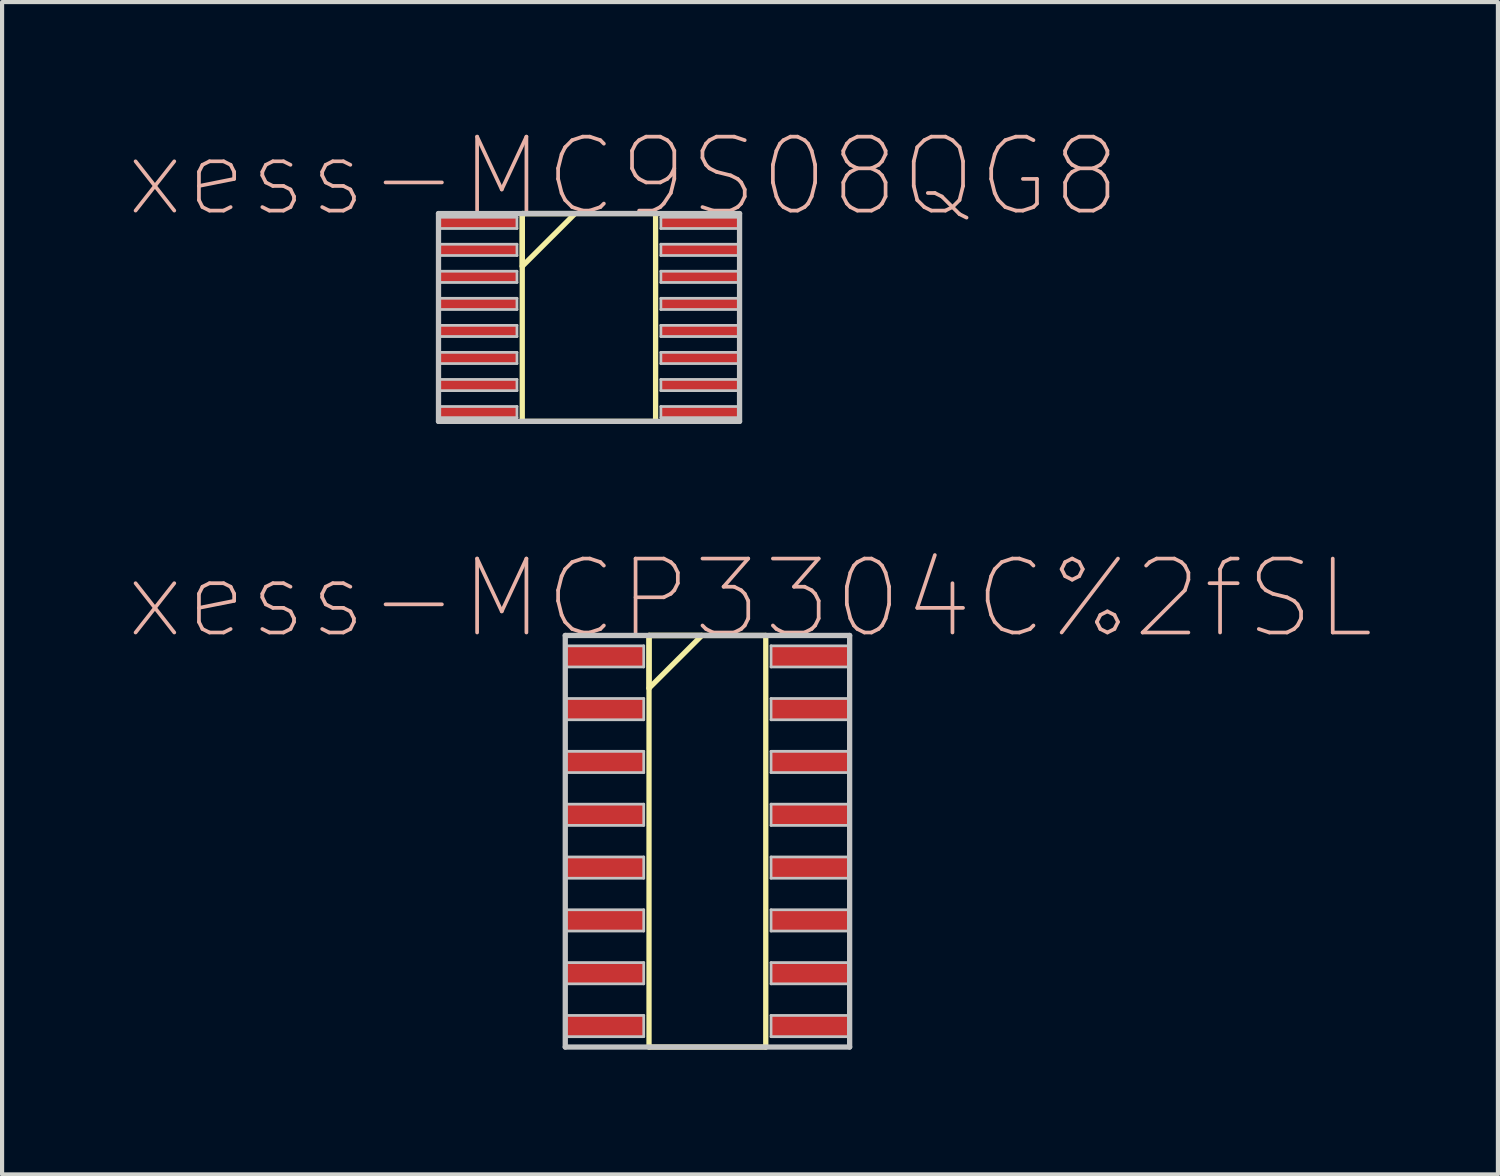
<source format=kicad_pcb>
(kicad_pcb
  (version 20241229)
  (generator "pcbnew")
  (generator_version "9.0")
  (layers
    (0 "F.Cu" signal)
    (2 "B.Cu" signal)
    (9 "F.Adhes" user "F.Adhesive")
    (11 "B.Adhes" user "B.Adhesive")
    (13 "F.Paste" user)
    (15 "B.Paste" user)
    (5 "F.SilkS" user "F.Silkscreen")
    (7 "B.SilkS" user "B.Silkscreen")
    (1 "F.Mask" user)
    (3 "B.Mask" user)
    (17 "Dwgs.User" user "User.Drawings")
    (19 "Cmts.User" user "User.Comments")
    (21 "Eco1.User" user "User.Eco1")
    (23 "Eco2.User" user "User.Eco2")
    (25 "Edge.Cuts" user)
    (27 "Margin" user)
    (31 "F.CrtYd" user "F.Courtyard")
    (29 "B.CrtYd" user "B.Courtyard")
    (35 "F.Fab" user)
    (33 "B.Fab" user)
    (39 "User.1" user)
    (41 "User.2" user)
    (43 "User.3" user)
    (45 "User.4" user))
  (footprint "xess-MCP3304C%2fSL"
    (layer "F.Cu")
    (at 11.596 12.733)
    (property "Reference" "xess-MCP3304C%2fSL" (at 3.388 -1.392 0) (layer "B.SilkS") (effects (font (size 1.778 1.778) (thickness 0.089))))
    (attr smd)
    (fp_line (start 0.96 -0.503) (end 0.96 0.765) (stroke (width 0.127) (type solid)) (layer "F.SilkS"))
    (fp_line (start 0.96 -0.503) (end 0.96 9.393) (stroke (width 0.127) (type solid)) (layer "F.SilkS"))
    (fp_line (start 0.96 0.765) (end 2.23 -0.503) (stroke (width 0.127) (type solid)) (layer "F.SilkS"))
    (fp_line (start 0.96 9.393) (end 3.767 9.393) (stroke (width 0.127) (type solid)) (layer "F.SilkS"))
    (fp_line (start 2.23 -0.503) (end 0.96 -0.503) (stroke (width 0.127) (type solid)) (layer "F.SilkS"))
    (fp_line (start 3.767 -0.503) (end 0.96 -0.503) (stroke (width 0.127) (type solid)) (layer "F.SilkS"))
    (fp_line (start 3.767 9.393) (end 3.767 -0.503) (stroke (width 0.127) (type solid)) (layer "F.SilkS"))
    (fp_line (start -1.054 -0.503) (end -1.054 9.393) (stroke (width 0.127) (type solid)) (layer "Dwgs.User"))
    (fp_line (start -1.054 -0.254) (end 0.833 -0.254) (stroke (width 0.066) (type solid)) (layer "Dwgs.User"))
    (fp_line (start -1.054 0.254) (end -1.054 -0.254) (stroke (width 0.066) (type solid)) (layer "Dwgs.User"))
    (fp_line (start -1.054 0.254) (end 0.833 0.254) (stroke (width 0.066) (type solid)) (layer "Dwgs.User"))
    (fp_line (start -1.054 1.013) (end 0.833 1.013) (stroke (width 0.066) (type solid)) (layer "Dwgs.User"))
    (fp_line (start -1.054 1.524) (end -1.054 1.013) (stroke (width 0.066) (type solid)) (layer "Dwgs.User"))
    (fp_line (start -1.054 1.524) (end 0.833 1.524) (stroke (width 0.066) (type solid)) (layer "Dwgs.User"))
    (fp_line (start -1.054 2.283) (end 0.833 2.283) (stroke (width 0.066) (type solid)) (layer "Dwgs.User"))
    (fp_line (start -1.054 2.794) (end -1.054 2.283) (stroke (width 0.066) (type solid)) (layer "Dwgs.User"))
    (fp_line (start -1.054 2.794) (end 0.833 2.794) (stroke (width 0.066) (type solid)) (layer "Dwgs.User"))
    (fp_line (start -1.054 3.553) (end 0.833 3.553) (stroke (width 0.066) (type solid)) (layer "Dwgs.User"))
    (fp_line (start -1.054 4.064) (end -1.054 3.553) (stroke (width 0.066) (type solid)) (layer "Dwgs.User"))
    (fp_line (start -1.054 4.064) (end 0.833 4.064) (stroke (width 0.066) (type solid)) (layer "Dwgs.User"))
    (fp_line (start -1.054 4.823) (end 0.833 4.823) (stroke (width 0.066) (type solid)) (layer "Dwgs.User"))
    (fp_line (start -1.054 5.334) (end -1.054 4.823) (stroke (width 0.066) (type solid)) (layer "Dwgs.User"))
    (fp_line (start -1.054 5.334) (end 0.833 5.334) (stroke (width 0.066) (type solid)) (layer "Dwgs.User"))
    (fp_line (start -1.054 6.093) (end 0.833 6.093) (stroke (width 0.066) (type solid)) (layer "Dwgs.User"))
    (fp_line (start -1.054 6.604) (end -1.054 6.093) (stroke (width 0.066) (type solid)) (layer "Dwgs.User"))
    (fp_line (start -1.054 6.604) (end 0.833 6.604) (stroke (width 0.066) (type solid)) (layer "Dwgs.User"))
    (fp_line (start -1.054 7.363) (end 0.833 7.363) (stroke (width 0.066) (type solid)) (layer "Dwgs.User"))
    (fp_line (start -1.054 7.874) (end -1.054 7.363) (stroke (width 0.066) (type solid)) (layer "Dwgs.User"))
    (fp_line (start -1.054 7.874) (end 0.833 7.874) (stroke (width 0.066) (type solid)) (layer "Dwgs.User"))
    (fp_line (start -1.054 8.633) (end 0.833 8.633) (stroke (width 0.066) (type solid)) (layer "Dwgs.User"))
    (fp_line (start -1.054 9.144) (end -1.054 8.633) (stroke (width 0.066) (type solid)) (layer "Dwgs.User"))
    (fp_line (start -1.054 9.144) (end 0.833 9.144) (stroke (width 0.066) (type solid)) (layer "Dwgs.User"))
    (fp_line (start -1.054 9.393) (end 5.784 9.393) (stroke (width 0.127) (type solid)) (layer "Dwgs.User"))
    (fp_line (start 0.833 0.254) (end 0.833 -0.254) (stroke (width 0.066) (type solid)) (layer "Dwgs.User"))
    (fp_line (start 0.833 1.524) (end 0.833 1.013) (stroke (width 0.066) (type solid)) (layer "Dwgs.User"))
    (fp_line (start 0.833 2.794) (end 0.833 2.283) (stroke (width 0.066) (type solid)) (layer "Dwgs.User"))
    (fp_line (start 0.833 4.064) (end 0.833 3.553) (stroke (width 0.066) (type solid)) (layer "Dwgs.User"))
    (fp_line (start 0.833 5.334) (end 0.833 4.823) (stroke (width 0.066) (type solid)) (layer "Dwgs.User"))
    (fp_line (start 0.833 6.604) (end 0.833 6.093) (stroke (width 0.066) (type solid)) (layer "Dwgs.User"))
    (fp_line (start 0.833 7.874) (end 0.833 7.363) (stroke (width 0.066) (type solid)) (layer "Dwgs.User"))
    (fp_line (start 0.833 9.144) (end 0.833 8.633) (stroke (width 0.066) (type solid)) (layer "Dwgs.User"))
    (fp_line (start 3.894 -0.254) (end 5.784 -0.254) (stroke (width 0.066) (type solid)) (layer "Dwgs.User"))
    (fp_line (start 3.894 0.254) (end 3.894 -0.254) (stroke (width 0.066) (type solid)) (layer "Dwgs.User"))
    (fp_line (start 3.894 0.254) (end 5.784 0.254) (stroke (width 0.066) (type solid)) (layer "Dwgs.User"))
    (fp_line (start 3.894 1.013) (end 5.784 1.013) (stroke (width 0.066) (type solid)) (layer "Dwgs.User"))
    (fp_line (start 3.894 1.524) (end 3.894 1.013) (stroke (width 0.066) (type solid)) (layer "Dwgs.User"))
    (fp_line (start 3.894 1.524) (end 5.784 1.524) (stroke (width 0.066) (type solid)) (layer "Dwgs.User"))
    (fp_line (start 3.894 2.283) (end 5.784 2.283) (stroke (width 0.066) (type solid)) (layer "Dwgs.User"))
    (fp_line (start 3.894 2.794) (end 3.894 2.283) (stroke (width 0.066) (type solid)) (layer "Dwgs.User"))
    (fp_line (start 3.894 2.794) (end 5.784 2.794) (stroke (width 0.066) (type solid)) (layer "Dwgs.User"))
    (fp_line (start 3.894 3.553) (end 5.784 3.553) (stroke (width 0.066) (type solid)) (layer "Dwgs.User"))
    (fp_line (start 3.894 4.064) (end 3.894 3.553) (stroke (width 0.066) (type solid)) (layer "Dwgs.User"))
    (fp_line (start 3.894 4.064) (end 5.784 4.064) (stroke (width 0.066) (type solid)) (layer "Dwgs.User"))
    (fp_line (start 3.894 4.823) (end 5.784 4.823) (stroke (width 0.066) (type solid)) (layer "Dwgs.User"))
    (fp_line (start 3.894 5.334) (end 3.894 4.823) (stroke (width 0.066) (type solid)) (layer "Dwgs.User"))
    (fp_line (start 3.894 5.334) (end 5.784 5.334) (stroke (width 0.066) (type solid)) (layer "Dwgs.User"))
    (fp_line (start 3.894 6.093) (end 5.784 6.093) (stroke (width 0.066) (type solid)) (layer "Dwgs.User"))
    (fp_line (start 3.894 6.604) (end 3.894 6.093) (stroke (width 0.066) (type solid)) (layer "Dwgs.User"))
    (fp_line (start 3.894 6.604) (end 5.784 6.604) (stroke (width 0.066) (type solid)) (layer "Dwgs.User"))
    (fp_line (start 3.894 7.363) (end 5.784 7.363) (stroke (width 0.066) (type solid)) (layer "Dwgs.User"))
    (fp_line (start 3.894 7.874) (end 3.894 7.363) (stroke (width 0.066) (type solid)) (layer "Dwgs.User"))
    (fp_line (start 3.894 7.874) (end 5.784 7.874) (stroke (width 0.066) (type solid)) (layer "Dwgs.User"))
    (fp_line (start 3.894 8.633) (end 5.784 8.633) (stroke (width 0.066) (type solid)) (layer "Dwgs.User"))
    (fp_line (start 3.894 9.144) (end 3.894 8.633) (stroke (width 0.066) (type solid)) (layer "Dwgs.User"))
    (fp_line (start 3.894 9.144) (end 5.784 9.144) (stroke (width 0.066) (type solid)) (layer "Dwgs.User"))
    (fp_line (start 5.784 -0.503) (end -1.054 -0.503) (stroke (width 0.127) (type solid)) (layer "Dwgs.User"))
    (fp_line (start 5.784 0.254) (end 5.784 -0.254) (stroke (width 0.066) (type solid)) (layer "Dwgs.User"))
    (fp_line (start 5.784 1.524) (end 5.784 1.013) (stroke (width 0.066) (type solid)) (layer "Dwgs.User"))
    (fp_line (start 5.784 2.794) (end 5.784 2.283) (stroke (width 0.066) (type solid)) (layer "Dwgs.User"))
    (fp_line (start 5.784 4.064) (end 5.784 3.553) (stroke (width 0.066) (type solid)) (layer "Dwgs.User"))
    (fp_line (start 5.784 5.334) (end 5.784 4.823) (stroke (width 0.066) (type solid)) (layer "Dwgs.User"))
    (fp_line (start 5.784 6.604) (end 5.784 6.093) (stroke (width 0.066) (type solid)) (layer "Dwgs.User"))
    (fp_line (start 5.784 7.874) (end 5.784 7.363) (stroke (width 0.066) (type solid)) (layer "Dwgs.User"))
    (fp_line (start 5.784 9.144) (end 5.784 8.633) (stroke (width 0.066) (type solid)) (layer "Dwgs.User"))
    (fp_line (start 5.784 9.393) (end 5.784 -0.503) (stroke (width 0.127) (type solid)) (layer "Dwgs.User"))
    (pad "1" smd rect (at -0.109 0) (size 1.89 0.508) (layers "F.Cu" "F.Mask" "F.Paste"))
    (pad "2" smd rect (at -0.109 1.27) (size 1.89 0.508) (layers "F.Cu" "F.Mask" "F.Paste"))
    (pad "3" smd rect (at -0.109 2.54) (size 1.89 0.508) (layers "F.Cu" "F.Mask" "F.Paste"))
    (pad "4" smd rect (at -0.109 3.81) (size 1.89 0.508) (layers "F.Cu" "F.Mask" "F.Paste"))
    (pad "5" smd rect (at -0.109 5.08) (size 1.89 0.508) (layers "F.Cu" "F.Mask" "F.Paste"))
    (pad "6" smd rect (at -0.109 6.35) (size 1.89 0.508) (layers "F.Cu" "F.Mask" "F.Paste"))
    (pad "7" smd rect (at -0.109 7.62) (size 1.89 0.508) (layers "F.Cu" "F.Mask" "F.Paste"))
    (pad "8" smd rect (at -0.109 8.89) (size 1.89 0.508) (layers "F.Cu" "F.Mask" "F.Paste"))
    (pad "9" smd rect (at 4.839 8.89) (size 1.89 0.508) (layers "F.Cu" "F.Mask" "F.Paste"))
    (pad "10" smd rect (at 4.839 7.62) (size 1.89 0.508) (layers "F.Cu" "F.Mask" "F.Paste"))
    (pad "11" smd rect (at 4.839 6.35) (size 1.89 0.508) (layers "F.Cu" "F.Mask" "F.Paste"))
    (pad "12" smd rect (at 4.839 5.08) (size 1.89 0.508) (layers "F.Cu" "F.Mask" "F.Paste"))
    (pad "13" smd rect (at 4.839 3.81) (size 1.89 0.508) (layers "F.Cu" "F.Mask" "F.Paste"))
    (pad "14" smd rect (at 4.839 2.54) (size 1.89 0.508) (layers "F.Cu" "F.Mask" "F.Paste"))
    (pad "15" smd rect (at 4.839 1.27) (size 1.89 0.508) (layers "F.Cu" "F.Mask" "F.Paste"))
    (pad "16" smd rect (at 4.839 0) (size 1.89 0.508) (layers "F.Cu" "F.Mask" "F.Paste")))
  (footprint "xess-MC9S08QG8"
    (layer "F.Cu")
    (at 8.548 2.309)
    (property "Reference" "xess-MC9S08QG8" (at 3.388 -1.113 0) (layer "B.SilkS") (effects (font (size 1.778 1.778) (thickness 0.089))))
    (attr smd)
    (fp_line (start 0.96 -0.224) (end 0.96 1.044) (stroke (width 0.127) (type solid)) (layer "F.SilkS"))
    (fp_line (start 0.96 -0.224) (end 0.96 4.773) (stroke (width 0.127) (type solid)) (layer "F.SilkS"))
    (fp_line (start 0.96 1.044) (end 2.23 -0.224) (stroke (width 0.127) (type solid)) (layer "F.SilkS"))
    (fp_line (start 0.96 4.773) (end 4.166 4.773) (stroke (width 0.127) (type solid)) (layer "F.SilkS"))
    (fp_line (start 2.23 -0.224) (end 0.96 -0.224) (stroke (width 0.127) (type solid)) (layer "F.SilkS"))
    (fp_line (start 4.166 -0.224) (end 0.96 -0.224) (stroke (width 0.127) (type solid)) (layer "F.SilkS"))
    (fp_line (start 4.166 4.773) (end 4.166 -0.224) (stroke (width 0.127) (type solid)) (layer "F.SilkS"))
    (fp_line (start -1.054 -0.224) (end -1.054 4.773) (stroke (width 0.127) (type solid)) (layer "Dwgs.User"))
    (fp_line (start -1.054 -0.135) (end 0.833 -0.135) (stroke (width 0.066) (type solid)) (layer "Dwgs.User"))
    (fp_line (start -1.054 0.135) (end -1.054 -0.135) (stroke (width 0.066) (type solid)) (layer "Dwgs.User"))
    (fp_line (start -1.054 0.135) (end 0.833 0.135) (stroke (width 0.066) (type solid)) (layer "Dwgs.User"))
    (fp_line (start -1.054 0.513) (end 0.833 0.513) (stroke (width 0.066) (type solid)) (layer "Dwgs.User"))
    (fp_line (start -1.054 0.785) (end -1.054 0.513) (stroke (width 0.066) (type solid)) (layer "Dwgs.User"))
    (fp_line (start -1.054 0.785) (end 0.833 0.785) (stroke (width 0.066) (type solid)) (layer "Dwgs.User"))
    (fp_line (start -1.054 1.163) (end 0.833 1.163) (stroke (width 0.066) (type solid)) (layer "Dwgs.User"))
    (fp_line (start -1.054 1.433) (end -1.054 1.163) (stroke (width 0.066) (type solid)) (layer "Dwgs.User"))
    (fp_line (start -1.054 1.433) (end 0.833 1.433) (stroke (width 0.066) (type solid)) (layer "Dwgs.User"))
    (fp_line (start -1.054 1.814) (end 0.833 1.814) (stroke (width 0.066) (type solid)) (layer "Dwgs.User"))
    (fp_line (start -1.054 2.083) (end -1.054 1.814) (stroke (width 0.066) (type solid)) (layer "Dwgs.User"))
    (fp_line (start -1.054 2.083) (end 0.833 2.083) (stroke (width 0.066) (type solid)) (layer "Dwgs.User"))
    (fp_line (start -1.054 2.464) (end 0.833 2.464) (stroke (width 0.066) (type solid)) (layer "Dwgs.User"))
    (fp_line (start -1.054 2.733) (end -1.054 2.464) (stroke (width 0.066) (type solid)) (layer "Dwgs.User"))
    (fp_line (start -1.054 2.733) (end 0.833 2.733) (stroke (width 0.066) (type solid)) (layer "Dwgs.User"))
    (fp_line (start -1.054 3.114) (end 0.833 3.114) (stroke (width 0.066) (type solid)) (layer "Dwgs.User"))
    (fp_line (start -1.054 3.383) (end -1.054 3.114) (stroke (width 0.066) (type solid)) (layer "Dwgs.User"))
    (fp_line (start -1.054 3.383) (end 0.833 3.383) (stroke (width 0.066) (type solid)) (layer "Dwgs.User"))
    (fp_line (start -1.054 3.764) (end 0.833 3.764) (stroke (width 0.066) (type solid)) (layer "Dwgs.User"))
    (fp_line (start -1.054 4.034) (end -1.054 3.764) (stroke (width 0.066) (type solid)) (layer "Dwgs.User"))
    (fp_line (start -1.054 4.034) (end 0.833 4.034) (stroke (width 0.066) (type solid)) (layer "Dwgs.User"))
    (fp_line (start -1.054 4.415) (end 0.833 4.415) (stroke (width 0.066) (type solid)) (layer "Dwgs.User"))
    (fp_line (start -1.054 4.684) (end -1.054 4.415) (stroke (width 0.066) (type solid)) (layer "Dwgs.User"))
    (fp_line (start -1.054 4.684) (end 0.833 4.684) (stroke (width 0.066) (type solid)) (layer "Dwgs.User"))
    (fp_line (start -1.054 4.773) (end 6.185 4.773) (stroke (width 0.127) (type solid)) (layer "Dwgs.User"))
    (fp_line (start 0.833 0.135) (end 0.833 -0.135) (stroke (width 0.066) (type solid)) (layer "Dwgs.User"))
    (fp_line (start 0.833 0.785) (end 0.833 0.513) (stroke (width 0.066) (type solid)) (layer "Dwgs.User"))
    (fp_line (start 0.833 1.433) (end 0.833 1.163) (stroke (width 0.066) (type solid)) (layer "Dwgs.User"))
    (fp_line (start 0.833 2.083) (end 0.833 1.814) (stroke (width 0.066) (type solid)) (layer "Dwgs.User"))
    (fp_line (start 0.833 2.733) (end 0.833 2.464) (stroke (width 0.066) (type solid)) (layer "Dwgs.User"))
    (fp_line (start 0.833 3.383) (end 0.833 3.114) (stroke (width 0.066) (type solid)) (layer "Dwgs.User"))
    (fp_line (start 0.833 4.034) (end 0.833 3.764) (stroke (width 0.066) (type solid)) (layer "Dwgs.User"))
    (fp_line (start 0.833 4.684) (end 0.833 4.415) (stroke (width 0.066) (type solid)) (layer "Dwgs.User"))
    (fp_line (start 4.293 -0.135) (end 6.185 -0.135) (stroke (width 0.066) (type solid)) (layer "Dwgs.User"))
    (fp_line (start 4.293 0.135) (end 4.293 -0.135) (stroke (width 0.066) (type solid)) (layer "Dwgs.User"))
    (fp_line (start 4.293 0.135) (end 6.185 0.135) (stroke (width 0.066) (type solid)) (layer "Dwgs.User"))
    (fp_line (start 4.293 0.513) (end 6.185 0.513) (stroke (width 0.066) (type solid)) (layer "Dwgs.User"))
    (fp_line (start 4.293 0.785) (end 4.293 0.513) (stroke (width 0.066) (type solid)) (layer "Dwgs.User"))
    (fp_line (start 4.293 0.785) (end 6.185 0.785) (stroke (width 0.066) (type solid)) (layer "Dwgs.User"))
    (fp_line (start 4.293 1.163) (end 6.185 1.163) (stroke (width 0.066) (type solid)) (layer "Dwgs.User"))
    (fp_line (start 4.293 1.433) (end 4.293 1.163) (stroke (width 0.066) (type solid)) (layer "Dwgs.User"))
    (fp_line (start 4.293 1.433) (end 6.185 1.433) (stroke (width 0.066) (type solid)) (layer "Dwgs.User"))
    (fp_line (start 4.293 1.814) (end 6.185 1.814) (stroke (width 0.066) (type solid)) (layer "Dwgs.User"))
    (fp_line (start 4.293 2.083) (end 4.293 1.814) (stroke (width 0.066) (type solid)) (layer "Dwgs.User"))
    (fp_line (start 4.293 2.083) (end 6.185 2.083) (stroke (width 0.066) (type solid)) (layer "Dwgs.User"))
    (fp_line (start 4.293 2.464) (end 6.185 2.464) (stroke (width 0.066) (type solid)) (layer "Dwgs.User"))
    (fp_line (start 4.293 2.733) (end 4.293 2.464) (stroke (width 0.066) (type solid)) (layer "Dwgs.User"))
    (fp_line (start 4.293 2.733) (end 6.185 2.733) (stroke (width 0.066) (type solid)) (layer "Dwgs.User"))
    (fp_line (start 4.293 3.114) (end 6.185 3.114) (stroke (width 0.066) (type solid)) (layer "Dwgs.User"))
    (fp_line (start 4.293 3.383) (end 4.293 3.114) (stroke (width 0.066) (type solid)) (layer "Dwgs.User"))
    (fp_line (start 4.293 3.383) (end 6.185 3.383) (stroke (width 0.066) (type solid)) (layer "Dwgs.User"))
    (fp_line (start 4.293 3.764) (end 6.185 3.764) (stroke (width 0.066) (type solid)) (layer "Dwgs.User"))
    (fp_line (start 4.293 4.034) (end 4.293 3.764) (stroke (width 0.066) (type solid)) (layer "Dwgs.User"))
    (fp_line (start 4.293 4.034) (end 6.185 4.034) (stroke (width 0.066) (type solid)) (layer "Dwgs.User"))
    (fp_line (start 4.293 4.415) (end 6.185 4.415) (stroke (width 0.066) (type solid)) (layer "Dwgs.User"))
    (fp_line (start 4.293 4.684) (end 4.293 4.415) (stroke (width 0.066) (type solid)) (layer "Dwgs.User"))
    (fp_line (start 4.293 4.684) (end 6.185 4.684) (stroke (width 0.066) (type solid)) (layer "Dwgs.User"))
    (fp_line (start 6.185 -0.224) (end -1.054 -0.224) (stroke (width 0.127) (type solid)) (layer "Dwgs.User"))
    (fp_line (start 6.185 0.135) (end 6.185 -0.135) (stroke (width 0.066) (type solid)) (layer "Dwgs.User"))
    (fp_line (start 6.185 0.785) (end 6.185 0.513) (stroke (width 0.066) (type solid)) (layer "Dwgs.User"))
    (fp_line (start 6.185 1.433) (end 6.185 1.163) (stroke (width 0.066) (type solid)) (layer "Dwgs.User"))
    (fp_line (start 6.185 2.083) (end 6.185 1.814) (stroke (width 0.066) (type solid)) (layer "Dwgs.User"))
    (fp_line (start 6.185 2.733) (end 6.185 2.464) (stroke (width 0.066) (type solid)) (layer "Dwgs.User"))
    (fp_line (start 6.185 3.383) (end 6.185 3.114) (stroke (width 0.066) (type solid)) (layer "Dwgs.User"))
    (fp_line (start 6.185 4.034) (end 6.185 3.764) (stroke (width 0.066) (type solid)) (layer "Dwgs.User"))
    (fp_line (start 6.185 4.684) (end 6.185 4.415) (stroke (width 0.066) (type solid)) (layer "Dwgs.User"))
    (fp_line (start 6.185 4.773) (end 6.185 -0.224) (stroke (width 0.127) (type solid)) (layer "Dwgs.User"))
    (pad "1" smd rect (at -0.109 0) (size 1.89 0.269) (layers "F.Cu" "F.Mask" "F.Paste"))
    (pad "2" smd rect (at -0.109 0.648) (size 1.89 0.269) (layers "F.Cu" "F.Mask" "F.Paste"))
    (pad "3" smd rect (at -0.109 1.298) (size 1.89 0.269) (layers "F.Cu" "F.Mask" "F.Paste"))
    (pad "4" smd rect (at -0.109 1.948) (size 1.89 0.269) (layers "F.Cu" "F.Mask" "F.Paste"))
    (pad "5" smd rect (at -0.109 2.598) (size 1.89 0.269) (layers "F.Cu" "F.Mask" "F.Paste"))
    (pad "6" smd rect (at -0.109 3.249) (size 1.89 0.269) (layers "F.Cu" "F.Mask" "F.Paste"))
    (pad "7" smd rect (at -0.109 3.899) (size 1.89 0.269) (layers "F.Cu" "F.Mask" "F.Paste"))
    (pad "8" smd rect (at -0.109 4.549) (size 1.89 0.269) (layers "F.Cu" "F.Mask" "F.Paste"))
    (pad "9" smd rect (at 5.237 4.549) (size 1.89 0.269) (layers "F.Cu" "F.Mask" "F.Paste"))
    (pad "10" smd rect (at 5.237 3.899) (size 1.89 0.269) (layers "F.Cu" "F.Mask" "F.Paste"))
    (pad "11" smd rect (at 5.237 3.249) (size 1.89 0.269) (layers "F.Cu" "F.Mask" "F.Paste"))
    (pad "12" smd rect (at 5.237 2.598) (size 1.89 0.269) (layers "F.Cu" "F.Mask" "F.Paste"))
    (pad "13" smd rect (at 5.237 1.948) (size 1.89 0.269) (layers "F.Cu" "F.Mask" "F.Paste"))
    (pad "14" smd rect (at 5.237 1.298) (size 1.89 0.269) (layers "F.Cu" "F.Mask" "F.Paste"))
    (pad "15" smd rect (at 5.237 0.648) (size 1.89 0.269) (layers "F.Cu" "F.Mask" "F.Paste"))
    (pad "16" smd rect (at 5.237 0) (size 1.89 0.269) (layers "F.Cu" "F.Mask" "F.Paste")))
  (gr_rect
    (start -3 -3)
    (end 32.968 25.189)
    (stroke (width 0.1) (type default))
    (fill no)
    (layer "Edge.Cuts")))
</source>
